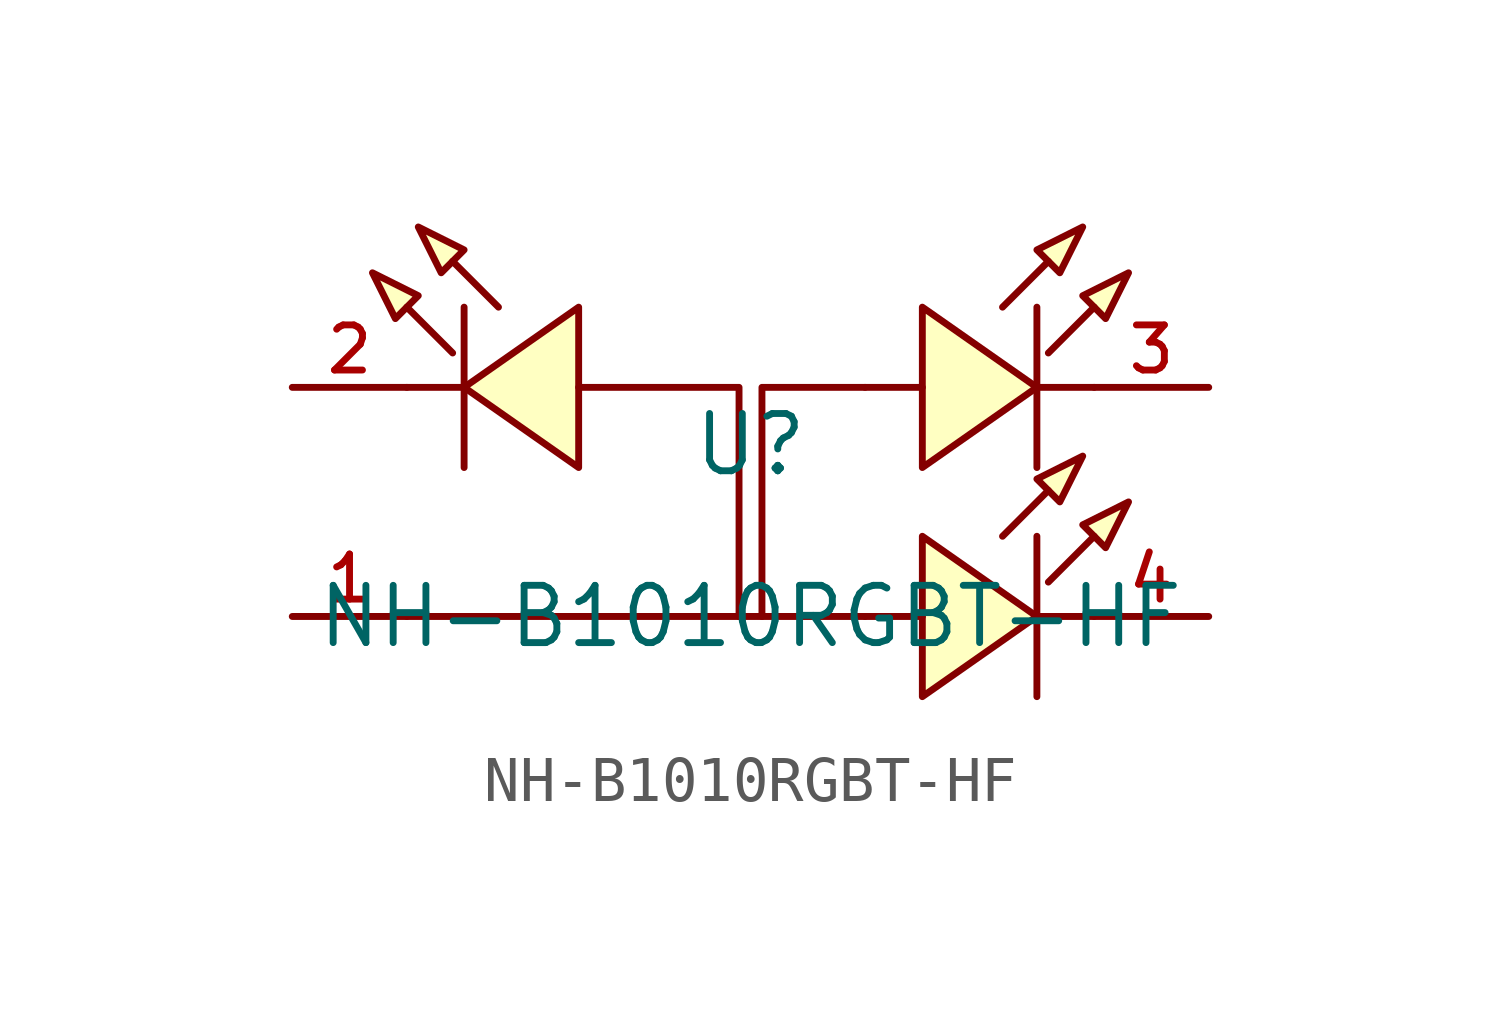
<source format=kicad_sym>
(kicad_symbol_lib
  (version 20210201)
  (generator TousstNicolas/JLC2KiCad_lib)
  (symbol "NH-B1010RGBT-HF"
    (pin_names hide)
    (property "Reference" "U"
      (at 0 1.27 0)
      (effects (font (size 1.27 1.27))))
    (property "Value" "NH-B1010RGBT-HF"
      (at 0 -2.54 0)
      (effects (font (size 1.27 1.27))))
    (symbol "NH-B1010RGBT-HF_0_1"
      (polyline (pts (xy -8.382 5.08) (xy -7.366 4.572) (xy -7.874 4.064) (xy -8.382 5.08)) (stroke (width 0) (type default) (color 0 0 0 0)) (fill (type background)))
      (polyline (pts (xy -7.366 6.096) (xy -6.35 5.588) (xy -6.858 5.08) (xy -7.366 6.096)) (stroke (width 0) (type default) (color 0 0 0 0)) (fill (type background)))
      (polyline (pts (xy -6.604 3.302) (xy -7.62 4.318)) (stroke (width 0) (type default) (color 0 0 0 0)) (fill (type none)))
      (polyline (pts (xy -5.588 4.318) (xy -6.604 5.334)) (stroke (width 0) (type default) (color 0 0 0 0)) (fill (type none)))
      (polyline (pts (xy -6.35 2.54) (xy -7.62 2.54)) (stroke (width 0) (type default) (color 0 0 0 0)) (fill (type none)))
      (polyline (pts (xy 2.54 -2.54) (xy -7.62 -2.54)) (stroke (width 0) (type default) (color 0 0 0 0)) (fill (type none)))
      (polyline (pts (xy -6.35 4.318) (xy -6.35 0.762)) (stroke (width 0) (type default) (color 0 0 0 0)) (fill (type none)))
      (polyline (pts (xy -3.81 4.318) (xy -6.35 2.54) (xy -3.81 0.762) (xy -3.81 4.318)) (stroke (width 0) (type default) (color 0 0 0 0)) (fill (type background)))
      (pin unspecified line (at -10.16 -2.54 0) (length 2.54) (name "+" (effects (font (size 1 1)))) (number "1" (effects (font (size 1 1)))))
      (polyline (pts (xy 3.81 -0.762) (xy 6.35 -2.54) (xy 3.81 -4.318) (xy 3.81 -0.762)) (stroke (width 0) (type default) (color 0 0 0 0)) (fill (type background)))
      (polyline (pts (xy 6.35 -0.762) (xy 6.35 -4.318)) (stroke (width 0) (type default) (color 0 0 0 0)) (fill (type none)))
      (polyline (pts (xy 2.54 -2.54) (xy 3.81 -2.54)) (stroke (width 0) (type default) (color 0 0 0 0)) (fill (type none)))
      (polyline (pts (xy 6.35 -2.54) (xy 7.62 -2.54)) (stroke (width 0) (type default) (color 0 0 0 0)) (fill (type none)))
      (polyline (pts (xy 5.588 -0.762) (xy 6.604 0.254)) (stroke (width 0) (type default) (color 0 0 0 0)) (fill (type none)))
      (polyline (pts (xy 6.604 -1.778) (xy 7.62 -0.762)) (stroke (width 0) (type default) (color 0 0 0 0)) (fill (type none)))
      (polyline (pts (xy 7.366 1.016) (xy 6.35 0.508) (xy 6.858 -0.0) (xy 7.366 1.016)) (stroke (width 0) (type default) (color 0 0 0 0)) (fill (type background)))
      (polyline (pts (xy 8.382 -0.0) (xy 7.366 -0.508) (xy 7.874 -1.016) (xy 8.382 -0.0)) (stroke (width 0) (type default) (color 0 0 0 0)) (fill (type background)))
      (polyline (pts (xy 8.382 5.08) (xy 7.366 4.572) (xy 7.874 4.064) (xy 8.382 5.08)) (stroke (width 0) (type default) (color 0 0 0 0)) (fill (type background)))
      (polyline (pts (xy 7.366 6.096) (xy 6.35 5.588) (xy 6.858 5.08) (xy 7.366 6.096)) (stroke (width 0) (type default) (color 0 0 0 0)) (fill (type background)))
      (polyline (pts (xy 6.604 3.302) (xy 7.62 4.318)) (stroke (width 0) (type default) (color 0 0 0 0)) (fill (type none)))
      (polyline (pts (xy 5.588 4.318) (xy 6.604 5.334)) (stroke (width 0) (type default) (color 0 0 0 0)) (fill (type none)))
      (polyline (pts (xy 6.35 2.54) (xy 7.62 2.54)) (stroke (width 0) (type default) (color 0 0 0 0)) (fill (type none)))
      (polyline (pts (xy 2.54 2.54) (xy 3.81 2.54)) (stroke (width 0) (type default) (color 0 0 0 0)) (fill (type none)))
      (polyline (pts (xy 6.35 4.318) (xy 6.35 0.762)) (stroke (width 0) (type default) (color 0 0 0 0)) (fill (type none)))
      (polyline (pts (xy 3.81 4.318) (xy 6.35 2.54) (xy 3.81 0.762) (xy 3.81 4.318)) (stroke (width 0) (type default) (color 0 0 0 0)) (fill (type background)))
      (polyline (pts (xy 0.254 -2.54) (xy 0.254 2.54) (xy 2.54 2.54)) (stroke (width 0) (type default) (color 0 0 0 0)) (fill (type none)))
      (polyline (pts (xy -0.254 -2.54) (xy -0.254 2.54) (xy -3.81 2.54)) (stroke (width 0) (type default) (color 0 0 0 0)) (fill (type none)))
      (pin unspecified line (at -10.16 2.54 0) (length 2.54) (name "-" (effects (font (size 1 1)))) (number "2" (effects (font (size 1 1)))))
      (pin unspecified line (at 10.16 2.54 180) (length 2.54) (name "-" (effects (font (size 1 1)))) (number "3" (effects (font (size 1 1)))))
      (pin unspecified line (at 10.16 -2.54 180) (length 2.54) (name "-" (effects (font (size 1 1)))) (number "4" (effects (font (size 1 1))))))))
</source>
